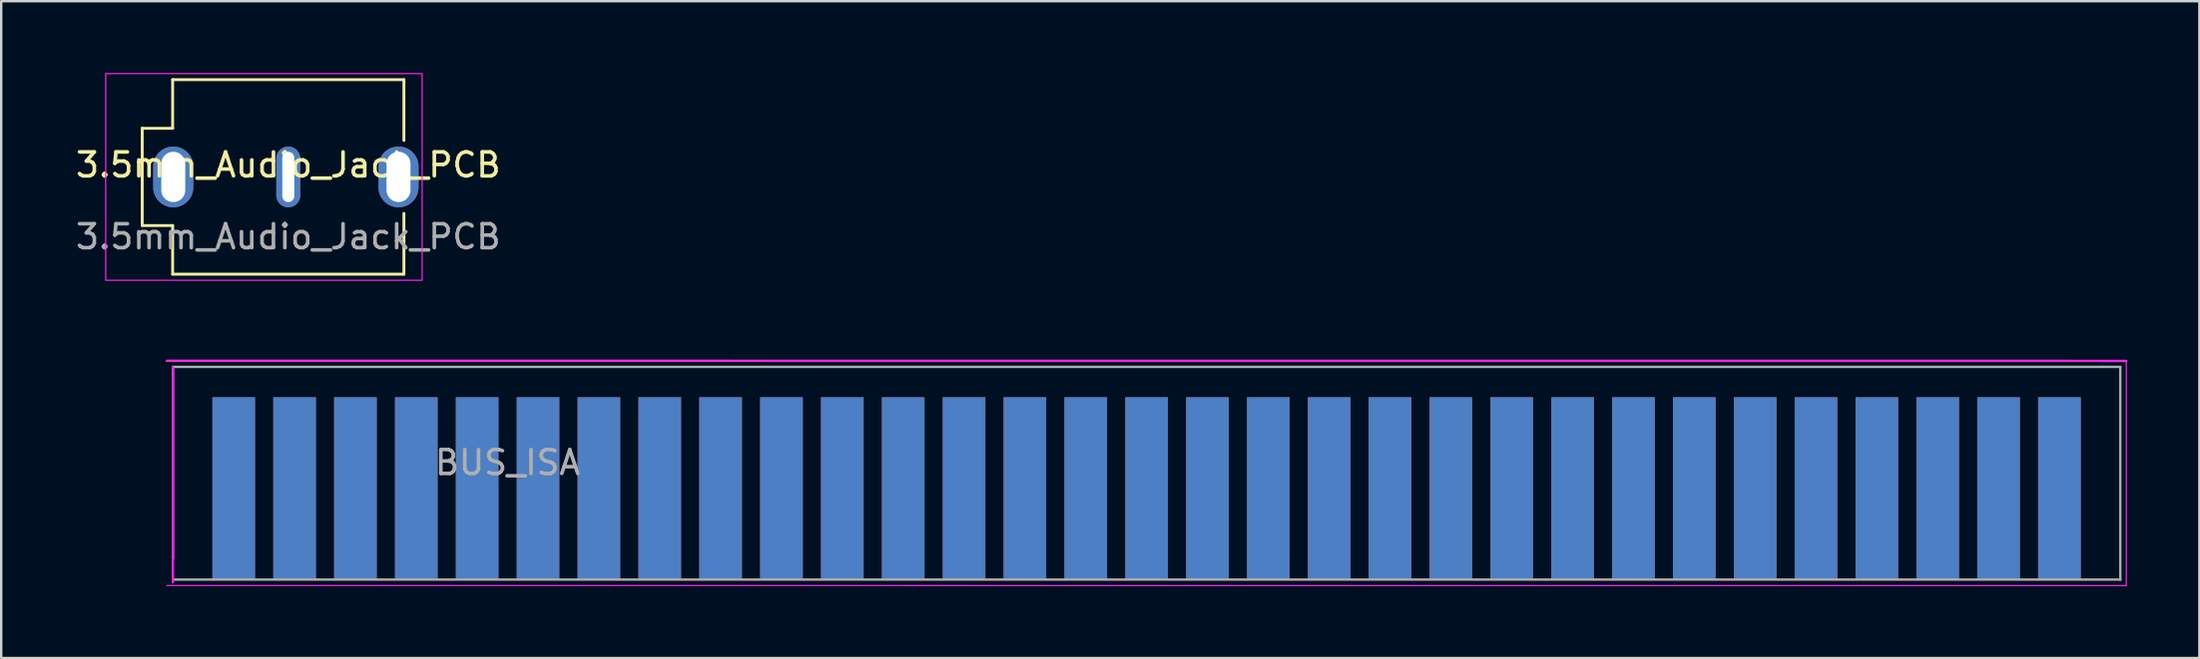
<source format=kicad_pcb>
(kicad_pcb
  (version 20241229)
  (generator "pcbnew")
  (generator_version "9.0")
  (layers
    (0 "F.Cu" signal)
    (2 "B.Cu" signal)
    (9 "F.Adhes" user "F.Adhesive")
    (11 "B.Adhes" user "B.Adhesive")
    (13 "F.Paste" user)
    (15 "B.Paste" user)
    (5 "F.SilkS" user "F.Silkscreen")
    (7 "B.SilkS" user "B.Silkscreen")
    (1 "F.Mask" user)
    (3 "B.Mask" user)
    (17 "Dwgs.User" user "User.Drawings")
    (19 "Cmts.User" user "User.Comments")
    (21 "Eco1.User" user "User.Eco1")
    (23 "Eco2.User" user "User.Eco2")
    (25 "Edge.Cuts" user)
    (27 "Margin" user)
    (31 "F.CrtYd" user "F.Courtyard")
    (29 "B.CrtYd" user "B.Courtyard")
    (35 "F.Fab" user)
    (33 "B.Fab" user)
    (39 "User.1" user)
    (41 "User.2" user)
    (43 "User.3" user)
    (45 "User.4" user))
  (footprint "3.5mm_Audio_Jack_PCB"
    (layer "F.Cu")
    (at 8.982 4.343)
    (property "Reference" "3.5mm_Audio_Jack_PCB" (at 0 -0.5 0) (unlocked yes) (layer "F.SilkS") (effects (font (size 1 1) (thickness 0.15))))
    (attr through_hole)
    (fp_line (start -6.096 -2.032) (end -6.096 2.032) (stroke (width 0.12) (type solid)) (layer "F.SilkS"))
    (fp_line (start -6.096 2.032) (end -4.826 2.032) (stroke (width 0.12) (type solid)) (layer "F.SilkS"))
    (fp_line (start -4.826 -4.064) (end -4.826 -2.032) (stroke (width 0.12) (type solid)) (layer "F.SilkS"))
    (fp_line (start -4.826 -2.032) (end -6.096 -2.032) (stroke (width 0.12) (type solid)) (layer "F.SilkS"))
    (fp_line (start -4.826 2.032) (end -4.826 4.064) (stroke (width 0.12) (type solid)) (layer "F.SilkS"))
    (fp_line (start -4.826 4.064) (end 4.826 4.064) (stroke (width 0.12) (type solid)) (layer "F.SilkS"))
    (fp_line (start 4.826 -4.064) (end -4.826 -4.064) (stroke (width 0.12) (type solid)) (layer "F.SilkS"))
    (fp_line (start 4.826 -1.524) (end 4.826 -4.064) (stroke (width 0.12) (type solid)) (layer "F.SilkS"))
    (fp_line (start 4.826 4.064) (end 4.826 1.524) (stroke (width 0.12) (type solid)) (layer "F.SilkS"))
    (fp_rect (start 5.588 -4.318) (end -7.62 4.318) (stroke (width 0.05) (type solid)) (fill no) (layer "F.CrtYd"))
    (fp_text user "${REFERENCE}" (at 0 2.5 0) (unlocked yes) (layer "F.Fab") (effects (font (size 1 1) (thickness 0.15))))
    (pad "R" thru_hole oval (at 0 0) (size 1 2.54) (drill oval 0.5 2.1) (layers "*.Cu" "*.Mask"))
    (pad "S" thru_hole oval (at -4.8 0) (size 1.676 2.54) (drill oval 1 2.1) (layers "*.Cu" "*.Mask"))
    (pad "T" thru_hole oval (at 4.6 0) (size 1.676 2.54) (drill oval 1 2.1) (layers "*.Cu" "*.Mask")))
  (footprint "BUS_ISA"
    (layer "F.Cu")
    (at 4.165 12.28)
    (property "Reference" "BUS_ISA" (at -1.016 0.254 0) (layer "User.1") (effects (font (size 1 1) (thickness 0.15))))
    (attr exclude_from_pos_files exclude_from_bom)
    (fp_line (start -0.254 -0.254) (end 81.53 -0.25) (stroke (width 0.1) (type solid)) (layer "F.CrtYd"))
    (fp_line (start 0 0) (end 0 9) (stroke (width 0.1) (type solid)) (layer "F.CrtYd"))
    (fp_line (start 81.53 9.14) (end -0.254 9.136) (stroke (width 0.05) (type solid)) (layer "F.CrtYd"))
    (fp_line (start 81.53 9.14) (end 81.53 -0.25) (stroke (width 0.05) (type solid)) (layer "F.CrtYd"))
    (fp_line (start 0 0) (end 81.28 0) (stroke (width 0.1) (type solid)) (layer "F.Fab"))
    (fp_line (start 0 8) (end 0 0) (stroke (width 0.1) (type solid)) (layer "F.Fab"))
    (fp_line (start 81.28 0.001) (end 81.28 8.89) (stroke (width 0.1) (type solid)) (layer "F.Fab"))
    (fp_line (start 81.28 8.89) (end 0 8.89) (stroke (width 0.1) (type solid)) (layer "F.Fab"))
    (fp_text user "${REFERENCE}" (at 13.97 4 0) (layer "F.Fab") (effects (font (size 1 1) (thickness 0.15))))
    (pad "A1" connect rect (at 78.74 5.08) (size 1.78 7.62) (layers "B.Cu" "B.Mask"))
    (pad "A2" connect rect (at 76.2 5.08) (size 1.78 7.62) (layers "B.Cu" "B.Mask"))
    (pad "A3" connect rect (at 73.66 5.08) (size 1.78 7.62) (layers "B.Cu" "B.Mask"))
    (pad "A4" connect rect (at 71.12 5.08) (size 1.78 7.62) (layers "B.Cu" "B.Mask"))
    (pad "A5" connect rect (at 68.58 5.08) (size 1.78 7.62) (layers "B.Cu" "B.Mask"))
    (pad "A6" connect rect (at 66.04 5.08) (size 1.78 7.62) (layers "B.Cu" "B.Mask"))
    (pad "A7" connect rect (at 63.5 5.08) (size 1.78 7.62) (layers "B.Cu" "B.Mask"))
    (pad "A8" connect rect (at 60.96 5.08) (size 1.78 7.62) (layers "B.Cu" "B.Mask"))
    (pad "A9" connect rect (at 58.42 5.08) (size 1.78 7.62) (layers "B.Cu" "B.Mask"))
    (pad "A10" connect rect (at 55.88 5.08) (size 1.78 7.62) (layers "B.Cu" "B.Mask"))
    (pad "A11" connect rect (at 53.34 5.08) (size 1.78 7.62) (layers "B.Cu" "B.Mask"))
    (pad "A12" connect rect (at 50.8 5.08) (size 1.78 7.62) (layers "B.Cu" "B.Mask"))
    (pad "A13" connect rect (at 48.26 5.08) (size 1.78 7.62) (layers "B.Cu" "B.Mask"))
    (pad "A14" connect rect (at 45.72 5.08) (size 1.78 7.62) (layers "B.Cu" "B.Mask"))
    (pad "A15" connect rect (at 43.18 5.08) (size 1.78 7.62) (layers "B.Cu" "B.Mask"))
    (pad "A16" connect rect (at 40.64 5.08) (size 1.78 7.62) (layers "B.Cu" "B.Mask"))
    (pad "A17" connect rect (at 38.1 5.08) (size 1.78 7.62) (layers "B.Cu" "B.Mask"))
    (pad "A18" connect rect (at 35.56 5.08) (size 1.78 7.62) (layers "B.Cu" "B.Mask"))
    (pad "A19" connect rect (at 33.02 5.08) (size 1.78 7.62) (layers "B.Cu" "B.Mask"))
    (pad "A20" connect rect (at 30.48 5.08) (size 1.78 7.62) (layers "B.Cu" "B.Mask"))
    (pad "A21" connect rect (at 27.94 5.08) (size 1.78 7.62) (layers "B.Cu" "B.Mask"))
    (pad "A22" connect rect (at 25.4 5.08) (size 1.78 7.62) (layers "B.Cu" "B.Mask"))
    (pad "A23" connect rect (at 22.86 5.08) (size 1.78 7.62) (layers "B.Cu" "B.Mask"))
    (pad "A24" connect rect (at 20.32 5.08) (size 1.78 7.62) (layers "B.Cu" "B.Mask"))
    (pad "A25" connect rect (at 17.78 5.08) (size 1.78 7.62) (layers "B.Cu" "B.Mask"))
    (pad "A26" connect rect (at 15.24 5.08) (size 1.78 7.62) (layers "B.Cu" "B.Mask"))
    (pad "A27" connect rect (at 12.7 5.08) (size 1.78 7.62) (layers "B.Cu" "B.Mask"))
    (pad "A28" connect rect (at 10.16 5.08) (size 1.78 7.62) (layers "B.Cu" "B.Mask"))
    (pad "A29" connect rect (at 7.62 5.08) (size 1.78 7.62) (layers "B.Cu" "B.Mask"))
    (pad "A30" connect rect (at 5.08 5.08) (size 1.78 7.62) (layers "B.Cu" "B.Mask"))
    (pad "A31" connect rect (at 2.54 5.08) (size 1.78 7.62) (layers "B.Cu" "B.Mask"))
    (pad "B1" connect rect (at 78.74 5.08) (size 1.78 7.62) (layers "F.Cu" "F.Mask"))
    (pad "B2" connect rect (at 76.2 5.08) (size 1.78 7.62) (layers "F.Cu" "F.Mask"))
    (pad "B3" connect rect (at 73.66 5.08) (size 1.78 7.62) (layers "F.Cu" "F.Mask"))
    (pad "B4" connect rect (at 71.12 5.08) (size 1.78 7.62) (layers "F.Cu" "F.Mask"))
    (pad "B5" connect rect (at 68.58 5.08) (size 1.78 7.62) (layers "F.Cu" "F.Mask"))
    (pad "B6" connect rect (at 66.04 5.08) (size 1.78 7.62) (layers "F.Cu" "F.Mask"))
    (pad "B7" connect rect (at 63.5 5.08) (size 1.78 7.62) (layers "F.Cu" "F.Mask"))
    (pad "B8" connect rect (at 60.96 5.08) (size 1.78 7.62) (layers "F.Cu" "F.Mask"))
    (pad "B9" connect rect (at 58.42 5.08) (size 1.78 7.62) (layers "F.Cu" "F.Mask"))
    (pad "B10" connect rect (at 55.88 5.08) (size 1.78 7.62) (layers "F.Cu" "F.Mask"))
    (pad "B11" connect rect (at 53.34 5.08) (size 1.78 7.62) (layers "F.Cu" "F.Mask"))
    (pad "B12" connect rect (at 50.8 5.08) (size 1.78 7.62) (layers "F.Cu" "F.Mask"))
    (pad "B13" connect rect (at 48.26 5.08) (size 1.78 7.62) (layers "F.Cu" "F.Mask"))
    (pad "B14" connect rect (at 45.72 5.08) (size 1.78 7.62) (layers "F.Cu" "F.Mask"))
    (pad "B15" connect rect (at 43.18 5.08) (size 1.78 7.62) (layers "F.Cu" "F.Mask"))
    (pad "B16" connect rect (at 40.64 5.08) (size 1.78 7.62) (layers "F.Cu" "F.Mask"))
    (pad "B17" connect rect (at 38.1 5.08) (size 1.78 7.62) (layers "F.Cu" "F.Mask"))
    (pad "B18" connect rect (at 35.56 5.08) (size 1.78 7.62) (layers "F.Cu" "F.Mask"))
    (pad "B19" connect rect (at 33.02 5.08) (size 1.78 7.62) (layers "F.Cu" "F.Mask"))
    (pad "B20" connect rect (at 30.48 5.08) (size 1.78 7.62) (layers "F.Cu" "F.Mask"))
    (pad "B21" connect rect (at 27.94 5.08) (size 1.78 7.62) (layers "F.Cu" "F.Mask"))
    (pad "B22" connect rect (at 25.4 5.08) (size 1.78 7.62) (layers "F.Cu" "F.Mask"))
    (pad "B23" connect rect (at 22.86 5.08) (size 1.78 7.62) (layers "F.Cu" "F.Mask"))
    (pad "B24" connect rect (at 20.32 5.08) (size 1.78 7.62) (layers "F.Cu" "F.Mask"))
    (pad "B25" connect rect (at 17.78 5.08) (size 1.78 7.62) (layers "F.Cu" "F.Mask"))
    (pad "B26" connect rect (at 15.24 5.08) (size 1.78 7.62) (layers "F.Cu" "F.Mask"))
    (pad "B27" connect rect (at 12.7 5.08) (size 1.78 7.62) (layers "F.Cu" "F.Mask"))
    (pad "B28" connect rect (at 10.16 5.08) (size 1.78 7.62) (layers "F.Cu" "F.Mask"))
    (pad "B29" connect rect (at 7.62 5.08) (size 1.78 7.62) (layers "F.Cu" "F.Mask"))
    (pad "B30" connect rect (at 5.08 5.08) (size 1.78 7.62) (layers "F.Cu" "F.Mask"))
    (pad "B31" connect rect (at 2.54 5.08) (size 1.78 7.62) (layers "F.Cu" "F.Mask")))
  (gr_rect
    (start -3 -3)
    (end 88.745 24.445)
    (stroke (width 0.1) (type default))
    (fill no)
    (layer "Edge.Cuts")))
</source>
